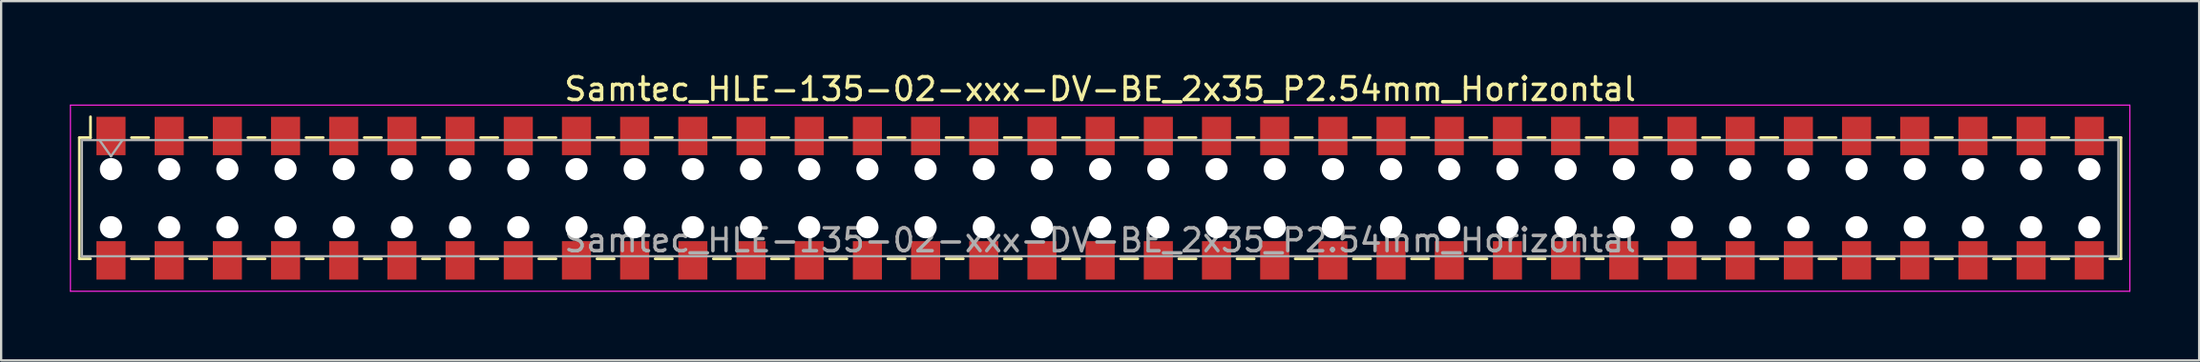
<source format=kicad_pcb>
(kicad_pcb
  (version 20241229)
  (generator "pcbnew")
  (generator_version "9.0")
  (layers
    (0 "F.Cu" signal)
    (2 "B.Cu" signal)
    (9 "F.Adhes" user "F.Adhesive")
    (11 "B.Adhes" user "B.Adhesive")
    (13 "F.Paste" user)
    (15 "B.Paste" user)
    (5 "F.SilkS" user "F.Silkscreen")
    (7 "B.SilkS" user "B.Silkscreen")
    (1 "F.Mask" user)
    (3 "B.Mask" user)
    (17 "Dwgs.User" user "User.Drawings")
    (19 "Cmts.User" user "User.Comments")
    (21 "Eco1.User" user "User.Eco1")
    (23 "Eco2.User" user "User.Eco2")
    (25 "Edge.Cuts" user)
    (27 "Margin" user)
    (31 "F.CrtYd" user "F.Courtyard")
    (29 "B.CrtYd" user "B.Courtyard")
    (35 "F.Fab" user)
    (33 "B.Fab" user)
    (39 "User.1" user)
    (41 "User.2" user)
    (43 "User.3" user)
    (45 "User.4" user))
  (footprint "Samtec_HLE-135-02-xxx-DV-BE_2x35_P2.54mm_Horizontal"
    (layer "F.Cu")
    (at 44.975 5.618)
    (property "Reference" "Samtec_HLE-135-02-xxx-DV-BE_2x35_P2.54mm_Horizontal" (at 0 -4.77 0) (layer "F.SilkS") (effects (font (size 1 1) (thickness 0.15))))
    (attr smd)
    (fp_line (start -44.56 -2.65) (end -44.56 2.65) (stroke (width 0.12) (type solid)) (layer "F.SilkS"))
    (fp_line (start -44.56 2.65) (end -44.075 2.65) (stroke (width 0.12) (type solid)) (layer "F.SilkS"))
    (fp_line (start -44.075 -3.56) (end -44.075 -2.65) (stroke (width 0.12) (type solid)) (layer "F.SilkS"))
    (fp_line (start -44.075 -2.65) (end -44.56 -2.65) (stroke (width 0.12) (type solid)) (layer "F.SilkS"))
    (fp_line (start -42.285 -2.65) (end -41.535 -2.65) (stroke (width 0.12) (type solid)) (layer "F.SilkS"))
    (fp_line (start -42.285 2.65) (end -41.535 2.65) (stroke (width 0.12) (type solid)) (layer "F.SilkS"))
    (fp_line (start -39.745 -2.65) (end -38.995 -2.65) (stroke (width 0.12) (type solid)) (layer "F.SilkS"))
    (fp_line (start -39.745 2.65) (end -38.995 2.65) (stroke (width 0.12) (type solid)) (layer "F.SilkS"))
    (fp_line (start -37.205 -2.65) (end -36.455 -2.65) (stroke (width 0.12) (type solid)) (layer "F.SilkS"))
    (fp_line (start -37.205 2.65) (end -36.455 2.65) (stroke (width 0.12) (type solid)) (layer "F.SilkS"))
    (fp_line (start -34.665 -2.65) (end -33.915 -2.65) (stroke (width 0.12) (type solid)) (layer "F.SilkS"))
    (fp_line (start -34.665 2.65) (end -33.915 2.65) (stroke (width 0.12) (type solid)) (layer "F.SilkS"))
    (fp_line (start -32.125 -2.65) (end -31.375 -2.65) (stroke (width 0.12) (type solid)) (layer "F.SilkS"))
    (fp_line (start -32.125 2.65) (end -31.375 2.65) (stroke (width 0.12) (type solid)) (layer "F.SilkS"))
    (fp_line (start -29.585 -2.65) (end -28.835 -2.65) (stroke (width 0.12) (type solid)) (layer "F.SilkS"))
    (fp_line (start -29.585 2.65) (end -28.835 2.65) (stroke (width 0.12) (type solid)) (layer "F.SilkS"))
    (fp_line (start -27.045 -2.65) (end -26.295 -2.65) (stroke (width 0.12) (type solid)) (layer "F.SilkS"))
    (fp_line (start -27.045 2.65) (end -26.295 2.65) (stroke (width 0.12) (type solid)) (layer "F.SilkS"))
    (fp_line (start -24.505 -2.65) (end -23.755 -2.65) (stroke (width 0.12) (type solid)) (layer "F.SilkS"))
    (fp_line (start -24.505 2.65) (end -23.755 2.65) (stroke (width 0.12) (type solid)) (layer "F.SilkS"))
    (fp_line (start -21.965 -2.65) (end -21.215 -2.65) (stroke (width 0.12) (type solid)) (layer "F.SilkS"))
    (fp_line (start -21.965 2.65) (end -21.215 2.65) (stroke (width 0.12) (type solid)) (layer "F.SilkS"))
    (fp_line (start -19.425 -2.65) (end -18.675 -2.65) (stroke (width 0.12) (type solid)) (layer "F.SilkS"))
    (fp_line (start -19.425 2.65) (end -18.675 2.65) (stroke (width 0.12) (type solid)) (layer "F.SilkS"))
    (fp_line (start -16.885 -2.65) (end -16.135 -2.65) (stroke (width 0.12) (type solid)) (layer "F.SilkS"))
    (fp_line (start -16.885 2.65) (end -16.135 2.65) (stroke (width 0.12) (type solid)) (layer "F.SilkS"))
    (fp_line (start -14.345 -2.65) (end -13.595 -2.65) (stroke (width 0.12) (type solid)) (layer "F.SilkS"))
    (fp_line (start -14.345 2.65) (end -13.595 2.65) (stroke (width 0.12) (type solid)) (layer "F.SilkS"))
    (fp_line (start -11.805 -2.65) (end -11.055 -2.65) (stroke (width 0.12) (type solid)) (layer "F.SilkS"))
    (fp_line (start -11.805 2.65) (end -11.055 2.65) (stroke (width 0.12) (type solid)) (layer "F.SilkS"))
    (fp_line (start -9.265 -2.65) (end -8.515 -2.65) (stroke (width 0.12) (type solid)) (layer "F.SilkS"))
    (fp_line (start -9.265 2.65) (end -8.515 2.65) (stroke (width 0.12) (type solid)) (layer "F.SilkS"))
    (fp_line (start -6.725 -2.65) (end -5.975 -2.65) (stroke (width 0.12) (type solid)) (layer "F.SilkS"))
    (fp_line (start -6.725 2.65) (end -5.975 2.65) (stroke (width 0.12) (type solid)) (layer "F.SilkS"))
    (fp_line (start -4.185 -2.65) (end -3.435 -2.65) (stroke (width 0.12) (type solid)) (layer "F.SilkS"))
    (fp_line (start -4.185 2.65) (end -3.435 2.65) (stroke (width 0.12) (type solid)) (layer "F.SilkS"))
    (fp_line (start -1.645 -2.65) (end -0.895 -2.65) (stroke (width 0.12) (type solid)) (layer "F.SilkS"))
    (fp_line (start -1.645 2.65) (end -0.895 2.65) (stroke (width 0.12) (type solid)) (layer "F.SilkS"))
    (fp_line (start 0.895 -2.65) (end 1.645 -2.65) (stroke (width 0.12) (type solid)) (layer "F.SilkS"))
    (fp_line (start 0.895 2.65) (end 1.645 2.65) (stroke (width 0.12) (type solid)) (layer "F.SilkS"))
    (fp_line (start 3.435 -2.65) (end 4.185 -2.65) (stroke (width 0.12) (type solid)) (layer "F.SilkS"))
    (fp_line (start 3.435 2.65) (end 4.185 2.65) (stroke (width 0.12) (type solid)) (layer "F.SilkS"))
    (fp_line (start 5.975 -2.65) (end 6.725 -2.65) (stroke (width 0.12) (type solid)) (layer "F.SilkS"))
    (fp_line (start 5.975 2.65) (end 6.725 2.65) (stroke (width 0.12) (type solid)) (layer "F.SilkS"))
    (fp_line (start 8.515 -2.65) (end 9.265 -2.65) (stroke (width 0.12) (type solid)) (layer "F.SilkS"))
    (fp_line (start 8.515 2.65) (end 9.265 2.65) (stroke (width 0.12) (type solid)) (layer "F.SilkS"))
    (fp_line (start 11.055 -2.65) (end 11.805 -2.65) (stroke (width 0.12) (type solid)) (layer "F.SilkS"))
    (fp_line (start 11.055 2.65) (end 11.805 2.65) (stroke (width 0.12) (type solid)) (layer "F.SilkS"))
    (fp_line (start 13.595 -2.65) (end 14.345 -2.65) (stroke (width 0.12) (type solid)) (layer "F.SilkS"))
    (fp_line (start 13.595 2.65) (end 14.345 2.65) (stroke (width 0.12) (type solid)) (layer "F.SilkS"))
    (fp_line (start 16.135 -2.65) (end 16.885 -2.65) (stroke (width 0.12) (type solid)) (layer "F.SilkS"))
    (fp_line (start 16.135 2.65) (end 16.885 2.65) (stroke (width 0.12) (type solid)) (layer "F.SilkS"))
    (fp_line (start 18.675 -2.65) (end 19.425 -2.65) (stroke (width 0.12) (type solid)) (layer "F.SilkS"))
    (fp_line (start 18.675 2.65) (end 19.425 2.65) (stroke (width 0.12) (type solid)) (layer "F.SilkS"))
    (fp_line (start 21.215 -2.65) (end 21.965 -2.65) (stroke (width 0.12) (type solid)) (layer "F.SilkS"))
    (fp_line (start 21.215 2.65) (end 21.965 2.65) (stroke (width 0.12) (type solid)) (layer "F.SilkS"))
    (fp_line (start 23.755 -2.65) (end 24.505 -2.65) (stroke (width 0.12) (type solid)) (layer "F.SilkS"))
    (fp_line (start 23.755 2.65) (end 24.505 2.65) (stroke (width 0.12) (type solid)) (layer "F.SilkS"))
    (fp_line (start 26.295 -2.65) (end 27.045 -2.65) (stroke (width 0.12) (type solid)) (layer "F.SilkS"))
    (fp_line (start 26.295 2.65) (end 27.045 2.65) (stroke (width 0.12) (type solid)) (layer "F.SilkS"))
    (fp_line (start 28.835 -2.65) (end 29.585 -2.65) (stroke (width 0.12) (type solid)) (layer "F.SilkS"))
    (fp_line (start 28.835 2.65) (end 29.585 2.65) (stroke (width 0.12) (type solid)) (layer "F.SilkS"))
    (fp_line (start 31.375 -2.65) (end 32.125 -2.65) (stroke (width 0.12) (type solid)) (layer "F.SilkS"))
    (fp_line (start 31.375 2.65) (end 32.125 2.65) (stroke (width 0.12) (type solid)) (layer "F.SilkS"))
    (fp_line (start 33.915 -2.65) (end 34.665 -2.65) (stroke (width 0.12) (type solid)) (layer "F.SilkS"))
    (fp_line (start 33.915 2.65) (end 34.665 2.65) (stroke (width 0.12) (type solid)) (layer "F.SilkS"))
    (fp_line (start 36.455 -2.65) (end 37.205 -2.65) (stroke (width 0.12) (type solid)) (layer "F.SilkS"))
    (fp_line (start 36.455 2.65) (end 37.205 2.65) (stroke (width 0.12) (type solid)) (layer "F.SilkS"))
    (fp_line (start 38.995 -2.65) (end 39.745 -2.65) (stroke (width 0.12) (type solid)) (layer "F.SilkS"))
    (fp_line (start 38.995 2.65) (end 39.745 2.65) (stroke (width 0.12) (type solid)) (layer "F.SilkS"))
    (fp_line (start 41.535 -2.65) (end 42.285 -2.65) (stroke (width 0.12) (type solid)) (layer "F.SilkS"))
    (fp_line (start 41.535 2.65) (end 42.285 2.65) (stroke (width 0.12) (type solid)) (layer "F.SilkS"))
    (fp_line (start 44.075 -2.65) (end 44.56 -2.65) (stroke (width 0.12) (type solid)) (layer "F.SilkS"))
    (fp_line (start 44.56 -2.65) (end 44.56 2.65) (stroke (width 0.12) (type solid)) (layer "F.SilkS"))
    (fp_line (start 44.56 2.65) (end 44.075 2.65) (stroke (width 0.12) (type solid)) (layer "F.SilkS"))
    (fp_line (start -44.95 -4.07) (end 44.95 -4.07) (stroke (width 0.05) (type solid)) (layer "F.CrtYd"))
    (fp_line (start -44.95 4.07) (end -44.95 -4.07) (stroke (width 0.05) (type solid)) (layer "F.CrtYd"))
    (fp_line (start 44.95 -4.07) (end 44.95 4.07) (stroke (width 0.05) (type solid)) (layer "F.CrtYd"))
    (fp_line (start 44.95 4.07) (end -44.95 4.07) (stroke (width 0.05) (type solid)) (layer "F.CrtYd"))
    (fp_line (start -44.45 -2.54) (end 44.45 -2.54) (stroke (width 0.1) (type solid)) (layer "F.Fab"))
    (fp_line (start -44.45 2.54) (end -44.45 -2.54) (stroke (width 0.1) (type solid)) (layer "F.Fab"))
    (fp_line (start -43.68 -2.54) (end -43.18 -1.833) (stroke (width 0.1) (type solid)) (layer "F.Fab"))
    (fp_line (start -43.18 -1.833) (end -42.68 -2.54) (stroke (width 0.1) (type solid)) (layer "F.Fab"))
    (fp_line (start 44.45 -2.54) (end 44.45 2.54) (stroke (width 0.1) (type solid)) (layer "F.Fab"))
    (fp_line (start 44.45 2.54) (end -44.45 2.54) (stroke (width 0.1) (type solid)) (layer "F.Fab"))
    (fp_text user "${REFERENCE}" (at 0 1.84 0) (layer "F.Fab") (effects (font (size 1 1) (thickness 0.15))))
    (pad "" np_thru_hole circle (at -43.18 -1.27) (size 0.97 0.97) (drill 0.97) (layers "*.Cu" "*.Mask"))
    (pad "" np_thru_hole circle (at -43.18 1.27) (size 0.97 0.97) (drill 0.97) (layers "*.Cu" "*.Mask"))
    (pad "" np_thru_hole circle (at -40.64 -1.27) (size 0.97 0.97) (drill 0.97) (layers "*.Cu" "*.Mask"))
    (pad "" np_thru_hole circle (at -40.64 1.27) (size 0.97 0.97) (drill 0.97) (layers "*.Cu" "*.Mask"))
    (pad "" np_thru_hole circle (at -38.1 -1.27) (size 0.97 0.97) (drill 0.97) (layers "*.Cu" "*.Mask"))
    (pad "" np_thru_hole circle (at -38.1 1.27) (size 0.97 0.97) (drill 0.97) (layers "*.Cu" "*.Mask"))
    (pad "" np_thru_hole circle (at -35.56 -1.27) (size 0.97 0.97) (drill 0.97) (layers "*.Cu" "*.Mask"))
    (pad "" np_thru_hole circle (at -35.56 1.27) (size 0.97 0.97) (drill 0.97) (layers "*.Cu" "*.Mask"))
    (pad "" np_thru_hole circle (at -33.02 -1.27) (size 0.97 0.97) (drill 0.97) (layers "*.Cu" "*.Mask"))
    (pad "" np_thru_hole circle (at -33.02 1.27) (size 0.97 0.97) (drill 0.97) (layers "*.Cu" "*.Mask"))
    (pad "" np_thru_hole circle (at -30.48 -1.27) (size 0.97 0.97) (drill 0.97) (layers "*.Cu" "*.Mask"))
    (pad "" np_thru_hole circle (at -30.48 1.27) (size 0.97 0.97) (drill 0.97) (layers "*.Cu" "*.Mask"))
    (pad "" np_thru_hole circle (at -27.94 -1.27) (size 0.97 0.97) (drill 0.97) (layers "*.Cu" "*.Mask"))
    (pad "" np_thru_hole circle (at -27.94 1.27) (size 0.97 0.97) (drill 0.97) (layers "*.Cu" "*.Mask"))
    (pad "" np_thru_hole circle (at -25.4 -1.27) (size 0.97 0.97) (drill 0.97) (layers "*.Cu" "*.Mask"))
    (pad "" np_thru_hole circle (at -25.4 1.27) (size 0.97 0.97) (drill 0.97) (layers "*.Cu" "*.Mask"))
    (pad "" np_thru_hole circle (at -22.86 -1.27) (size 0.97 0.97) (drill 0.97) (layers "*.Cu" "*.Mask"))
    (pad "" np_thru_hole circle (at -22.86 1.27) (size 0.97 0.97) (drill 0.97) (layers "*.Cu" "*.Mask"))
    (pad "" np_thru_hole circle (at -20.32 -1.27) (size 0.97 0.97) (drill 0.97) (layers "*.Cu" "*.Mask"))
    (pad "" np_thru_hole circle (at -20.32 1.27) (size 0.97 0.97) (drill 0.97) (layers "*.Cu" "*.Mask"))
    (pad "" np_thru_hole circle (at -17.78 -1.27) (size 0.97 0.97) (drill 0.97) (layers "*.Cu" "*.Mask"))
    (pad "" np_thru_hole circle (at -17.78 1.27) (size 0.97 0.97) (drill 0.97) (layers "*.Cu" "*.Mask"))
    (pad "" np_thru_hole circle (at -15.24 -1.27) (size 0.97 0.97) (drill 0.97) (layers "*.Cu" "*.Mask"))
    (pad "" np_thru_hole circle (at -15.24 1.27) (size 0.97 0.97) (drill 0.97) (layers "*.Cu" "*.Mask"))
    (pad "" np_thru_hole circle (at -12.7 -1.27) (size 0.97 0.97) (drill 0.97) (layers "*.Cu" "*.Mask"))
    (pad "" np_thru_hole circle (at -12.7 1.27) (size 0.97 0.97) (drill 0.97) (layers "*.Cu" "*.Mask"))
    (pad "" np_thru_hole circle (at -10.16 -1.27) (size 0.97 0.97) (drill 0.97) (layers "*.Cu" "*.Mask"))
    (pad "" np_thru_hole circle (at -10.16 1.27) (size 0.97 0.97) (drill 0.97) (layers "*.Cu" "*.Mask"))
    (pad "" np_thru_hole circle (at -7.62 -1.27) (size 0.97 0.97) (drill 0.97) (layers "*.Cu" "*.Mask"))
    (pad "" np_thru_hole circle (at -7.62 1.27) (size 0.97 0.97) (drill 0.97) (layers "*.Cu" "*.Mask"))
    (pad "" np_thru_hole circle (at -5.08 -1.27) (size 0.97 0.97) (drill 0.97) (layers "*.Cu" "*.Mask"))
    (pad "" np_thru_hole circle (at -5.08 1.27) (size 0.97 0.97) (drill 0.97) (layers "*.Cu" "*.Mask"))
    (pad "" np_thru_hole circle (at -2.54 -1.27) (size 0.97 0.97) (drill 0.97) (layers "*.Cu" "*.Mask"))
    (pad "" np_thru_hole circle (at -2.54 1.27) (size 0.97 0.97) (drill 0.97) (layers "*.Cu" "*.Mask"))
    (pad "" np_thru_hole circle (at 0 -1.27) (size 0.97 0.97) (drill 0.97) (layers "*.Cu" "*.Mask"))
    (pad "" np_thru_hole circle (at 0 1.27) (size 0.97 0.97) (drill 0.97) (layers "*.Cu" "*.Mask"))
    (pad "" np_thru_hole circle (at 2.54 -1.27) (size 0.97 0.97) (drill 0.97) (layers "*.Cu" "*.Mask"))
    (pad "" np_thru_hole circle (at 2.54 1.27) (size 0.97 0.97) (drill 0.97) (layers "*.Cu" "*.Mask"))
    (pad "" np_thru_hole circle (at 5.08 -1.27) (size 0.97 0.97) (drill 0.97) (layers "*.Cu" "*.Mask"))
    (pad "" np_thru_hole circle (at 5.08 1.27) (size 0.97 0.97) (drill 0.97) (layers "*.Cu" "*.Mask"))
    (pad "" np_thru_hole circle (at 7.62 -1.27) (size 0.97 0.97) (drill 0.97) (layers "*.Cu" "*.Mask"))
    (pad "" np_thru_hole circle (at 7.62 1.27) (size 0.97 0.97) (drill 0.97) (layers "*.Cu" "*.Mask"))
    (pad "" np_thru_hole circle (at 10.16 -1.27) (size 0.97 0.97) (drill 0.97) (layers "*.Cu" "*.Mask"))
    (pad "" np_thru_hole circle (at 10.16 1.27) (size 0.97 0.97) (drill 0.97) (layers "*.Cu" "*.Mask"))
    (pad "" np_thru_hole circle (at 12.7 -1.27) (size 0.97 0.97) (drill 0.97) (layers "*.Cu" "*.Mask"))
    (pad "" np_thru_hole circle (at 12.7 1.27) (size 0.97 0.97) (drill 0.97) (layers "*.Cu" "*.Mask"))
    (pad "" np_thru_hole circle (at 15.24 -1.27) (size 0.97 0.97) (drill 0.97) (layers "*.Cu" "*.Mask"))
    (pad "" np_thru_hole circle (at 15.24 1.27) (size 0.97 0.97) (drill 0.97) (layers "*.Cu" "*.Mask"))
    (pad "" np_thru_hole circle (at 17.78 -1.27) (size 0.97 0.97) (drill 0.97) (layers "*.Cu" "*.Mask"))
    (pad "" np_thru_hole circle (at 17.78 1.27) (size 0.97 0.97) (drill 0.97) (layers "*.Cu" "*.Mask"))
    (pad "" np_thru_hole circle (at 20.32 -1.27) (size 0.97 0.97) (drill 0.97) (layers "*.Cu" "*.Mask"))
    (pad "" np_thru_hole circle (at 20.32 1.27) (size 0.97 0.97) (drill 0.97) (layers "*.Cu" "*.Mask"))
    (pad "" np_thru_hole circle (at 22.86 -1.27) (size 0.97 0.97) (drill 0.97) (layers "*.Cu" "*.Mask"))
    (pad "" np_thru_hole circle (at 22.86 1.27) (size 0.97 0.97) (drill 0.97) (layers "*.Cu" "*.Mask"))
    (pad "" np_thru_hole circle (at 25.4 -1.27) (size 0.97 0.97) (drill 0.97) (layers "*.Cu" "*.Mask"))
    (pad "" np_thru_hole circle (at 25.4 1.27) (size 0.97 0.97) (drill 0.97) (layers "*.Cu" "*.Mask"))
    (pad "" np_thru_hole circle (at 27.94 -1.27) (size 0.97 0.97) (drill 0.97) (layers "*.Cu" "*.Mask"))
    (pad "" np_thru_hole circle (at 27.94 1.27) (size 0.97 0.97) (drill 0.97) (layers "*.Cu" "*.Mask"))
    (pad "" np_thru_hole circle (at 30.48 -1.27) (size 0.97 0.97) (drill 0.97) (layers "*.Cu" "*.Mask"))
    (pad "" np_thru_hole circle (at 30.48 1.27) (size 0.97 0.97) (drill 0.97) (layers "*.Cu" "*.Mask"))
    (pad "" np_thru_hole circle (at 33.02 -1.27) (size 0.97 0.97) (drill 0.97) (layers "*.Cu" "*.Mask"))
    (pad "" np_thru_hole circle (at 33.02 1.27) (size 0.97 0.97) (drill 0.97) (layers "*.Cu" "*.Mask"))
    (pad "" np_thru_hole circle (at 35.56 -1.27) (size 0.97 0.97) (drill 0.97) (layers "*.Cu" "*.Mask"))
    (pad "" np_thru_hole circle (at 35.56 1.27) (size 0.97 0.97) (drill 0.97) (layers "*.Cu" "*.Mask"))
    (pad "" np_thru_hole circle (at 38.1 -1.27) (size 0.97 0.97) (drill 0.97) (layers "*.Cu" "*.Mask"))
    (pad "" np_thru_hole circle (at 38.1 1.27) (size 0.97 0.97) (drill 0.97) (layers "*.Cu" "*.Mask"))
    (pad "" np_thru_hole circle (at 40.64 -1.27) (size 0.97 0.97) (drill 0.97) (layers "*.Cu" "*.Mask"))
    (pad "" np_thru_hole circle (at 40.64 1.27) (size 0.97 0.97) (drill 0.97) (layers "*.Cu" "*.Mask"))
    (pad "" np_thru_hole circle (at 43.18 -1.27) (size 0.97 0.97) (drill 0.97) (layers "*.Cu" "*.Mask"))
    (pad "" np_thru_hole circle (at 43.18 1.27) (size 0.97 0.97) (drill 0.97) (layers "*.Cu" "*.Mask"))
    (pad "1" smd rect (at -43.18 -2.72) (size 1.27 1.68) (layers "F.Cu" "F.Mask" "F.Paste"))
    (pad "2" smd rect (at -43.18 2.72) (size 1.27 1.68) (layers "F.Cu" "F.Mask" "F.Paste"))
    (pad "3" smd rect (at -40.64 -2.72) (size 1.27 1.68) (layers "F.Cu" "F.Mask" "F.Paste"))
    (pad "4" smd rect (at -40.64 2.72) (size 1.27 1.68) (layers "F.Cu" "F.Mask" "F.Paste"))
    (pad "5" smd rect (at -38.1 -2.72) (size 1.27 1.68) (layers "F.Cu" "F.Mask" "F.Paste"))
    (pad "6" smd rect (at -38.1 2.72) (size 1.27 1.68) (layers "F.Cu" "F.Mask" "F.Paste"))
    (pad "7" smd rect (at -35.56 -2.72) (size 1.27 1.68) (layers "F.Cu" "F.Mask" "F.Paste"))
    (pad "8" smd rect (at -35.56 2.72) (size 1.27 1.68) (layers "F.Cu" "F.Mask" "F.Paste"))
    (pad "9" smd rect (at -33.02 -2.72) (size 1.27 1.68) (layers "F.Cu" "F.Mask" "F.Paste"))
    (pad "10" smd rect (at -33.02 2.72) (size 1.27 1.68) (layers "F.Cu" "F.Mask" "F.Paste"))
    (pad "11" smd rect (at -30.48 -2.72) (size 1.27 1.68) (layers "F.Cu" "F.Mask" "F.Paste"))
    (pad "12" smd rect (at -30.48 2.72) (size 1.27 1.68) (layers "F.Cu" "F.Mask" "F.Paste"))
    (pad "13" smd rect (at -27.94 -2.72) (size 1.27 1.68) (layers "F.Cu" "F.Mask" "F.Paste"))
    (pad "14" smd rect (at -27.94 2.72) (size 1.27 1.68) (layers "F.Cu" "F.Mask" "F.Paste"))
    (pad "15" smd rect (at -25.4 -2.72) (size 1.27 1.68) (layers "F.Cu" "F.Mask" "F.Paste"))
    (pad "16" smd rect (at -25.4 2.72) (size 1.27 1.68) (layers "F.Cu" "F.Mask" "F.Paste"))
    (pad "17" smd rect (at -22.86 -2.72) (size 1.27 1.68) (layers "F.Cu" "F.Mask" "F.Paste"))
    (pad "18" smd rect (at -22.86 2.72) (size 1.27 1.68) (layers "F.Cu" "F.Mask" "F.Paste"))
    (pad "19" smd rect (at -20.32 -2.72) (size 1.27 1.68) (layers "F.Cu" "F.Mask" "F.Paste"))
    (pad "20" smd rect (at -20.32 2.72) (size 1.27 1.68) (layers "F.Cu" "F.Mask" "F.Paste"))
    (pad "21" smd rect (at -17.78 -2.72) (size 1.27 1.68) (layers "F.Cu" "F.Mask" "F.Paste"))
    (pad "22" smd rect (at -17.78 2.72) (size 1.27 1.68) (layers "F.Cu" "F.Mask" "F.Paste"))
    (pad "23" smd rect (at -15.24 -2.72) (size 1.27 1.68) (layers "F.Cu" "F.Mask" "F.Paste"))
    (pad "24" smd rect (at -15.24 2.72) (size 1.27 1.68) (layers "F.Cu" "F.Mask" "F.Paste"))
    (pad "25" smd rect (at -12.7 -2.72) (size 1.27 1.68) (layers "F.Cu" "F.Mask" "F.Paste"))
    (pad "26" smd rect (at -12.7 2.72) (size 1.27 1.68) (layers "F.Cu" "F.Mask" "F.Paste"))
    (pad "27" smd rect (at -10.16 -2.72) (size 1.27 1.68) (layers "F.Cu" "F.Mask" "F.Paste"))
    (pad "28" smd rect (at -10.16 2.72) (size 1.27 1.68) (layers "F.Cu" "F.Mask" "F.Paste"))
    (pad "29" smd rect (at -7.62 -2.72) (size 1.27 1.68) (layers "F.Cu" "F.Mask" "F.Paste"))
    (pad "30" smd rect (at -7.62 2.72) (size 1.27 1.68) (layers "F.Cu" "F.Mask" "F.Paste"))
    (pad "31" smd rect (at -5.08 -2.72) (size 1.27 1.68) (layers "F.Cu" "F.Mask" "F.Paste"))
    (pad "32" smd rect (at -5.08 2.72) (size 1.27 1.68) (layers "F.Cu" "F.Mask" "F.Paste"))
    (pad "33" smd rect (at -2.54 -2.72) (size 1.27 1.68) (layers "F.Cu" "F.Mask" "F.Paste"))
    (pad "34" smd rect (at -2.54 2.72) (size 1.27 1.68) (layers "F.Cu" "F.Mask" "F.Paste"))
    (pad "35" smd rect (at 0 -2.72) (size 1.27 1.68) (layers "F.Cu" "F.Mask" "F.Paste"))
    (pad "36" smd rect (at 0 2.72) (size 1.27 1.68) (layers "F.Cu" "F.Mask" "F.Paste"))
    (pad "37" smd rect (at 2.54 -2.72) (size 1.27 1.68) (layers "F.Cu" "F.Mask" "F.Paste"))
    (pad "38" smd rect (at 2.54 2.72) (size 1.27 1.68) (layers "F.Cu" "F.Mask" "F.Paste"))
    (pad "39" smd rect (at 5.08 -2.72) (size 1.27 1.68) (layers "F.Cu" "F.Mask" "F.Paste"))
    (pad "40" smd rect (at 5.08 2.72) (size 1.27 1.68) (layers "F.Cu" "F.Mask" "F.Paste"))
    (pad "41" smd rect (at 7.62 -2.72) (size 1.27 1.68) (layers "F.Cu" "F.Mask" "F.Paste"))
    (pad "42" smd rect (at 7.62 2.72) (size 1.27 1.68) (layers "F.Cu" "F.Mask" "F.Paste"))
    (pad "43" smd rect (at 10.16 -2.72) (size 1.27 1.68) (layers "F.Cu" "F.Mask" "F.Paste"))
    (pad "44" smd rect (at 10.16 2.72) (size 1.27 1.68) (layers "F.Cu" "F.Mask" "F.Paste"))
    (pad "45" smd rect (at 12.7 -2.72) (size 1.27 1.68) (layers "F.Cu" "F.Mask" "F.Paste"))
    (pad "46" smd rect (at 12.7 2.72) (size 1.27 1.68) (layers "F.Cu" "F.Mask" "F.Paste"))
    (pad "47" smd rect (at 15.24 -2.72) (size 1.27 1.68) (layers "F.Cu" "F.Mask" "F.Paste"))
    (pad "48" smd rect (at 15.24 2.72) (size 1.27 1.68) (layers "F.Cu" "F.Mask" "F.Paste"))
    (pad "49" smd rect (at 17.78 -2.72) (size 1.27 1.68) (layers "F.Cu" "F.Mask" "F.Paste"))
    (pad "50" smd rect (at 17.78 2.72) (size 1.27 1.68) (layers "F.Cu" "F.Mask" "F.Paste"))
    (pad "51" smd rect (at 20.32 -2.72) (size 1.27 1.68) (layers "F.Cu" "F.Mask" "F.Paste"))
    (pad "52" smd rect (at 20.32 2.72) (size 1.27 1.68) (layers "F.Cu" "F.Mask" "F.Paste"))
    (pad "53" smd rect (at 22.86 -2.72) (size 1.27 1.68) (layers "F.Cu" "F.Mask" "F.Paste"))
    (pad "54" smd rect (at 22.86 2.72) (size 1.27 1.68) (layers "F.Cu" "F.Mask" "F.Paste"))
    (pad "55" smd rect (at 25.4 -2.72) (size 1.27 1.68) (layers "F.Cu" "F.Mask" "F.Paste"))
    (pad "56" smd rect (at 25.4 2.72) (size 1.27 1.68) (layers "F.Cu" "F.Mask" "F.Paste"))
    (pad "57" smd rect (at 27.94 -2.72) (size 1.27 1.68) (layers "F.Cu" "F.Mask" "F.Paste"))
    (pad "58" smd rect (at 27.94 2.72) (size 1.27 1.68) (layers "F.Cu" "F.Mask" "F.Paste"))
    (pad "59" smd rect (at 30.48 -2.72) (size 1.27 1.68) (layers "F.Cu" "F.Mask" "F.Paste"))
    (pad "60" smd rect (at 30.48 2.72) (size 1.27 1.68) (layers "F.Cu" "F.Mask" "F.Paste"))
    (pad "61" smd rect (at 33.02 -2.72) (size 1.27 1.68) (layers "F.Cu" "F.Mask" "F.Paste"))
    (pad "62" smd rect (at 33.02 2.72) (size 1.27 1.68) (layers "F.Cu" "F.Mask" "F.Paste"))
    (pad "63" smd rect (at 35.56 -2.72) (size 1.27 1.68) (layers "F.Cu" "F.Mask" "F.Paste"))
    (pad "64" smd rect (at 35.56 2.72) (size 1.27 1.68) (layers "F.Cu" "F.Mask" "F.Paste"))
    (pad "65" smd rect (at 38.1 -2.72) (size 1.27 1.68) (layers "F.Cu" "F.Mask" "F.Paste"))
    (pad "66" smd rect (at 38.1 2.72) (size 1.27 1.68) (layers "F.Cu" "F.Mask" "F.Paste"))
    (pad "67" smd rect (at 40.64 -2.72) (size 1.27 1.68) (layers "F.Cu" "F.Mask" "F.Paste"))
    (pad "68" smd rect (at 40.64 2.72) (size 1.27 1.68) (layers "F.Cu" "F.Mask" "F.Paste"))
    (pad "69" smd rect (at 43.18 -2.72) (size 1.27 1.68) (layers "F.Cu" "F.Mask" "F.Paste"))
    (pad "70" smd rect (at 43.18 2.72) (size 1.27 1.68) (layers "F.Cu" "F.Mask" "F.Paste")))
  (gr_rect
    (start -3 -3)
    (end 92.95 12.713)
    (stroke (width 0.1) (type default))
    (fill no)
    (layer "Edge.Cuts")))
</source>
